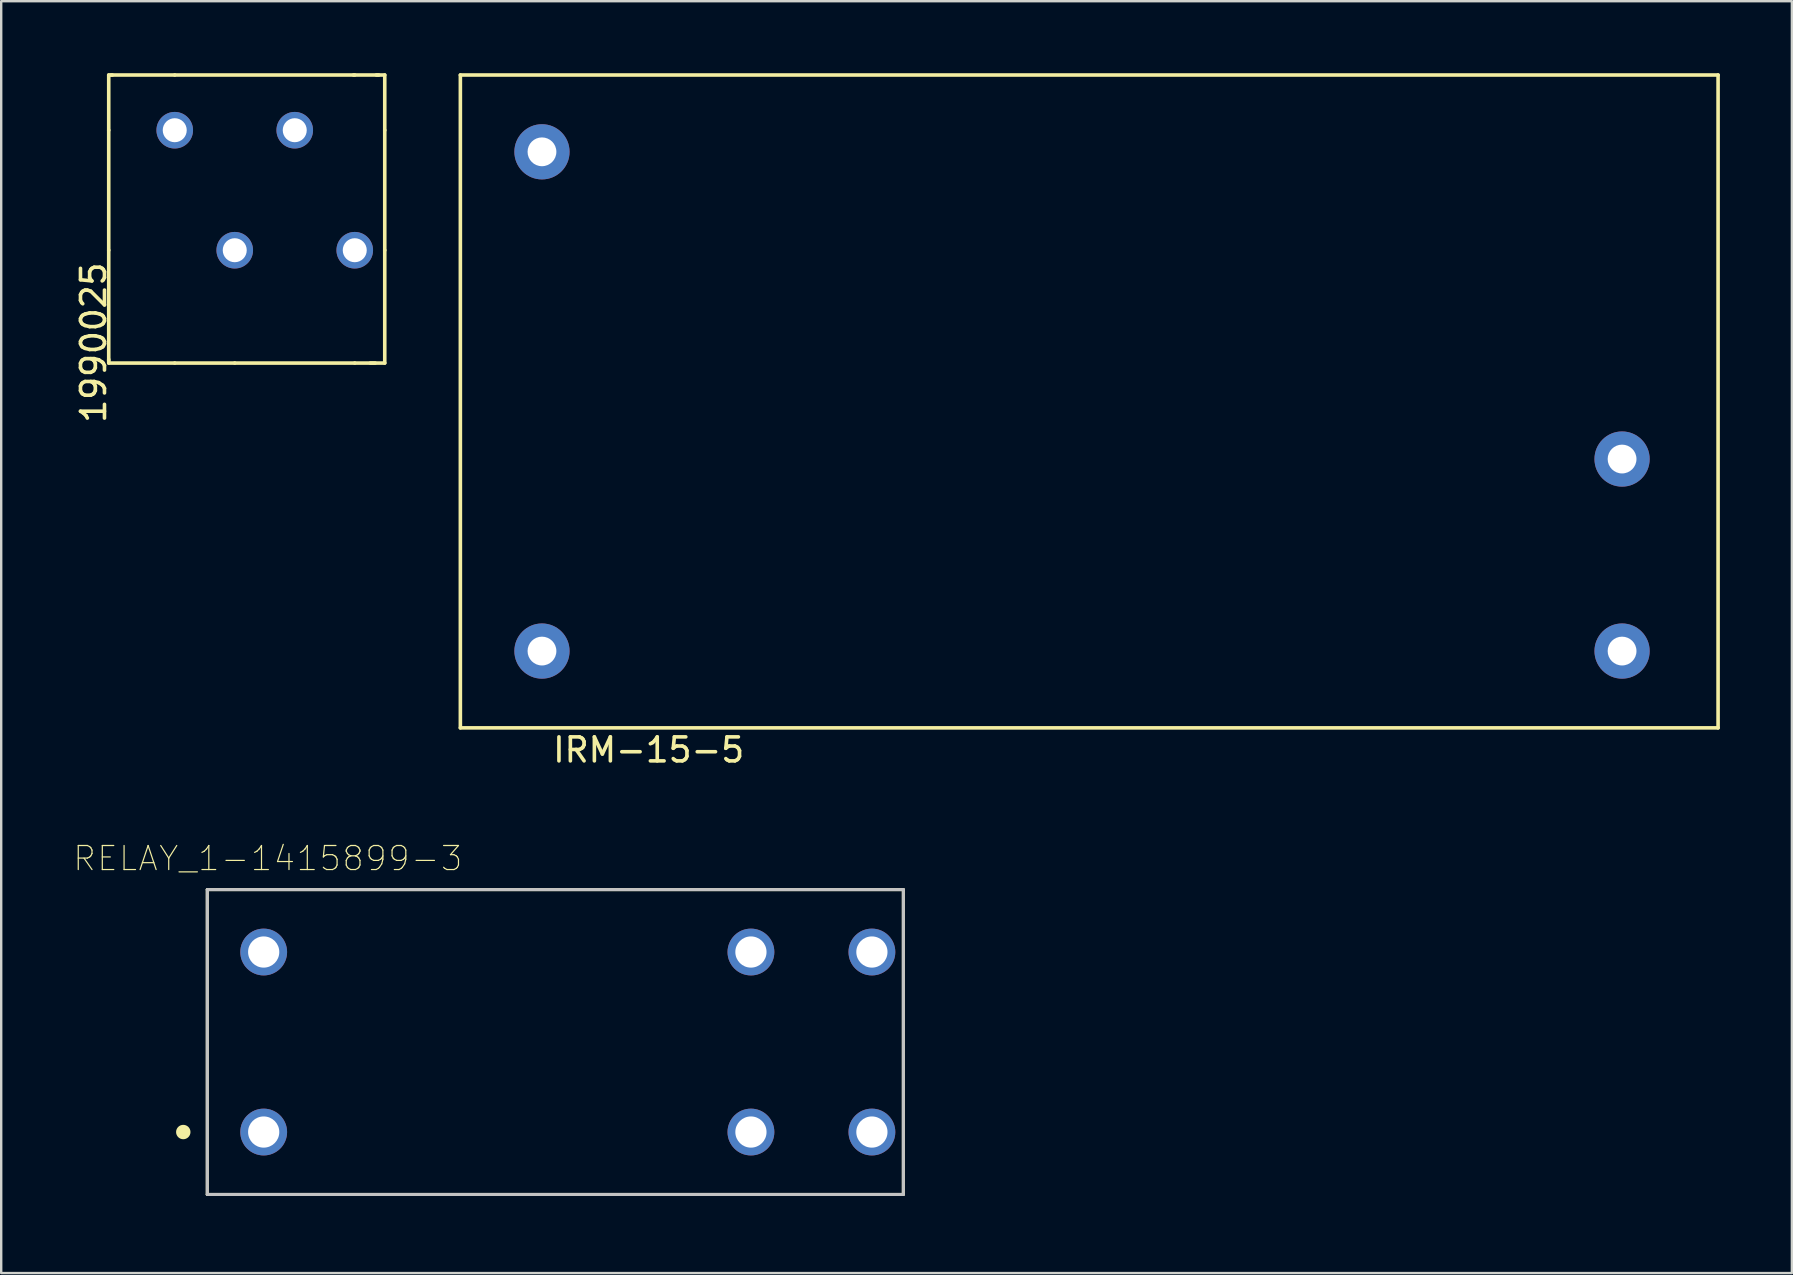
<source format=kicad_pcb>
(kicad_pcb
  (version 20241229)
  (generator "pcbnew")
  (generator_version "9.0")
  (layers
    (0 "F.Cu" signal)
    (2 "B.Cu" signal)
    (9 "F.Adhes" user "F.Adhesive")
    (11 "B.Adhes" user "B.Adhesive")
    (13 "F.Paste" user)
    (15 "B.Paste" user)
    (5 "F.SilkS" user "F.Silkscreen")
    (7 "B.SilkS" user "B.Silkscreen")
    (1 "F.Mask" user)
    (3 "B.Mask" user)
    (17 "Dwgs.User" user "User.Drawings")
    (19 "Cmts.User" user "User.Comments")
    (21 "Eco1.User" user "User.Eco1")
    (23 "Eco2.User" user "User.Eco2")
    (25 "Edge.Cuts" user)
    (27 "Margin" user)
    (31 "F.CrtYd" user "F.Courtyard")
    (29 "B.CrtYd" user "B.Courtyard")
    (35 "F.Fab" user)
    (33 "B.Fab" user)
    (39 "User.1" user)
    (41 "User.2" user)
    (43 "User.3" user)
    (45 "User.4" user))
  (footprint "IRM-15-5"
    (layer "F.Cu")
    (at 19.53 24.075)
    (property "Reference" "IRM-15-5" (at 4.445 4.12 0) (layer "F.SilkS") (effects (font (size 1 1) (thickness 0.15))))
    (attr through_hole)
    (fp_line (start -3.4 -24) (end -3.4 3.2) (stroke (width 0.15) (type solid)) (layer "F.SilkS"))
    (fp_line (start -3.4 3.2) (end 49 3.2) (stroke (width 0.15) (type solid)) (layer "F.SilkS"))
    (fp_line (start 49 -24) (end -3.4 -24) (stroke (width 0.15) (type solid)) (layer "F.SilkS"))
    (fp_line (start 49 3.2) (end 49 -24) (stroke (width 0.15) (type solid)) (layer "F.SilkS"))
    (pad "1" thru_hole circle (at 0 0) (size 2.3 2.3) (drill 1.2) (layers "*.Cu" "*.Mask"))
    (pad "2" thru_hole circle (at 0 -20.8) (size 2.3 2.3) (drill 1.2) (layers "*.Cu" "*.Mask"))
    (pad "3" thru_hole circle (at 45 0) (size 2.3 2.3) (drill 1.2) (layers "*.Cu" "*.Mask"))
    (pad "4" thru_hole circle (at 45 -8) (size 2.3 2.3) (drill 1.2) (layers "*.Cu" "*.Mask")))
  (footprint "RELAY_1-1415899-3"
    (layer "F.Cu")
    (at 20.086 40.364)
    (property "Reference" "RELAY_1-1415899-3" (at -11.979 -7.647 0) (layer "F.SilkS") (effects (font (size 1.002 1.002) (thickness 0.05))))
    (attr through_hole)
    (fp_line (start -14.5 -6.35) (end -14.5 6.35) (stroke (width 0.127) (type solid)) (layer "F.SilkS"))
    (fp_line (start -14.5 6.35) (end 14.5 6.35) (stroke (width 0.127) (type solid)) (layer "F.SilkS"))
    (fp_line (start 14.5 -6.35) (end -14.5 -6.35) (stroke (width 0.127) (type solid)) (layer "F.SilkS"))
    (fp_line (start 14.5 6.35) (end 14.5 -6.35) (stroke (width 0.127) (type solid)) (layer "F.SilkS"))
    (fp_circle (center -15.5 3.75) (end -15.2 3.75) (stroke (width 0) (type solid)) (fill yes) (layer "F.SilkS"))
    (fp_line (start -14.5 -6.35) (end -14.5 6.35) (stroke (width 0.127) (type solid)) (layer "Dwgs.User"))
    (fp_line (start -14.5 6.35) (end 14.5 6.35) (stroke (width 0.127) (type solid)) (layer "Dwgs.User"))
    (fp_line (start 14.5 -6.35) (end -14.5 -6.35) (stroke (width 0.127) (type solid)) (layer "Dwgs.User"))
    (fp_line (start 14.5 6.35) (end 14.5 -6.35) (stroke (width 0.127) (type solid)) (layer "Dwgs.User"))
    (fp_line (start -14.75 -6.6) (end 14.75 -6.6) (stroke (width 0.05) (type solid)) (layer "Eco1.User"))
    (fp_line (start -14.75 6.6) (end -14.75 -6.6) (stroke (width 0.05) (type solid)) (layer "Eco1.User"))
    (fp_line (start 14.75 -6.6) (end 14.75 6.6) (stroke (width 0.05) (type solid)) (layer "Eco1.User"))
    (fp_line (start 14.75 6.6) (end -14.75 6.6) (stroke (width 0.05) (type solid)) (layer "Eco1.User"))
    (pad "11_1" thru_hole circle (at 8.15 3.75) (size 1.95 1.95) (drill 1.3) (layers "*.Cu" "*.Mask"))
    (pad "11_2" thru_hole circle (at 8.15 -3.75) (size 1.95 1.95) (drill 1.3) (layers "*.Cu" "*.Mask"))
    (pad "14_1" thru_hole circle (at 13.19 3.75) (size 1.95 1.95) (drill 1.3) (layers "*.Cu" "*.Mask"))
    (pad "14_2" thru_hole circle (at 13.19 -3.75) (size 1.95 1.95) (drill 1.3) (layers "*.Cu" "*.Mask"))
    (pad "A1" thru_hole circle (at -12.15 3.75) (size 1.95 1.95) (drill 1.3) (layers "*.Cu" "*.Mask"))
    (pad "A2" thru_hole circle (at -12.15 -3.75) (size 1.95 1.95) (drill 1.3) (layers "*.Cu" "*.Mask")))
  (footprint "1990025"
    (layer "F.Cu")
    (at 9.23 4.875)
    (property "Reference" "1990025" (at -8.382 6.35 90) (layer "F.SilkS") (effects (font (size 1 1) (thickness 0.15))))
    (attr through_hole)
    (fp_line (start -7.75 -4.8) (end -7.6 -4.8) (stroke (width 0.15) (type solid)) (layer "F.SilkS"))
    (fp_line (start -7.75 -2.5) (end -7.75 -4.8) (stroke (width 0.15) (type solid)) (layer "F.SilkS"))
    (fp_line (start -7.75 -2.5) (end -7.75 2.5) (stroke (width 0.15) (type solid)) (layer "F.SilkS"))
    (fp_line (start -7.75 2.5) (end -7.75 7.1) (stroke (width 0.15) (type solid)) (layer "F.SilkS"))
    (fp_line (start -7.75 7.2) (end -7.75 7.05) (stroke (width 0.15) (type solid)) (layer "F.SilkS"))
    (fp_line (start -5 -4.8) (end -7.65 -4.8) (stroke (width 0.15) (type solid)) (layer "F.SilkS"))
    (fp_line (start -5 -4.8) (end 2.5 -4.8) (stroke (width 0.15) (type solid)) (layer "F.SilkS"))
    (fp_line (start -5 7.2) (end -7.75 7.2) (stroke (width 0.15) (type solid)) (layer "F.SilkS"))
    (fp_line (start -2.5 7.2) (end -5 7.2) (stroke (width 0.15) (type solid)) (layer "F.SilkS"))
    (fp_line (start 2.45 -4.8) (end 3.5 -4.8) (stroke (width 0.15) (type solid)) (layer "F.SilkS"))
    (fp_line (start 2.5 7.2) (end -2.5 7.2) (stroke (width 0.15) (type solid)) (layer "F.SilkS"))
    (fp_line (start 2.5 7.2) (end 3.35 7.2) (stroke (width 0.15) (type solid)) (layer "F.SilkS"))
    (fp_line (start 3.75 -4.8) (end 3.4 -4.8) (stroke (width 0.15) (type solid)) (layer "F.SilkS"))
    (fp_line (start 3.75 -2.5) (end 3.75 -4.8) (stroke (width 0.15) (type solid)) (layer "F.SilkS"))
    (fp_line (start 3.75 2.5) (end 3.75 -2.5) (stroke (width 0.15) (type solid)) (layer "F.SilkS"))
    (fp_line (start 3.75 2.5) (end 3.75 7.2) (stroke (width 0.15) (type solid)) (layer "F.SilkS"))
    (fp_line (start 3.75 7.2) (end 3.15 7.2) (stroke (width 0.15) (type solid)) (layer "F.SilkS"))
    (pad "1" thru_hole circle (at 2.5 2.5) (size 1.524 1.524) (drill 1) (layers "*.Cu" "*.Mask"))
    (pad "2" thru_hole circle (at 0 -2.5) (size 1.524 1.524) (drill 1) (layers "*.Cu" "*.Mask"))
    (pad "3" thru_hole circle (at -2.5 2.5) (size 1.524 1.524) (drill 1) (layers "*.Cu" "*.Mask"))
    (pad "4" thru_hole circle (at -5 -2.5) (size 1.524 1.524) (drill 1) (layers "*.Cu" "*.Mask")))
  (gr_rect
    (start -3 -3)
    (end 71.605 49.989)
    (stroke (width 0.1) (type default))
    (fill no)
    (layer "Edge.Cuts")))
</source>
